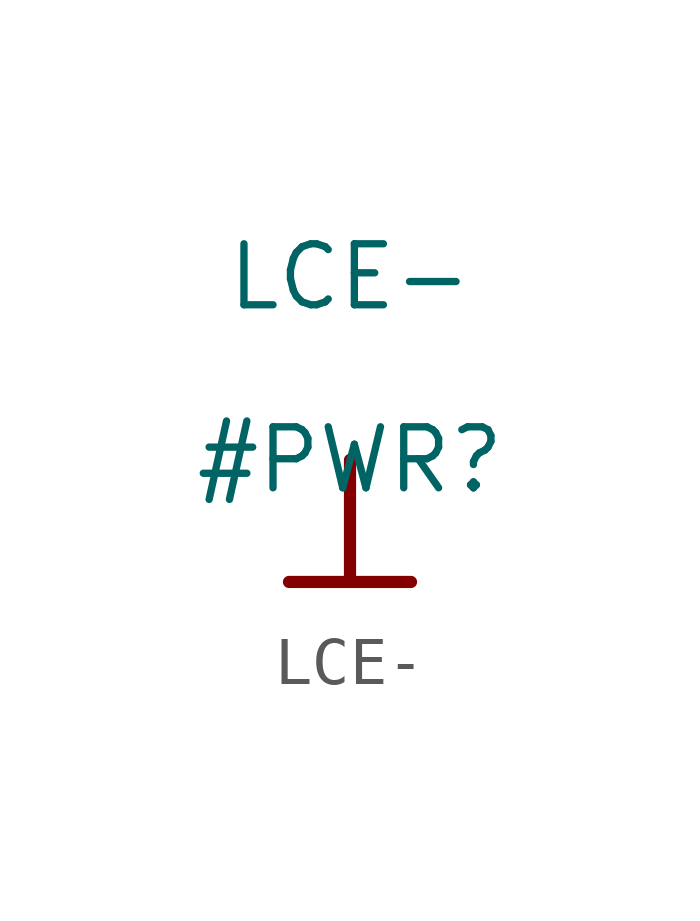
<source format=kicad_sym>
(kicad_symbol_lib
  (version 20211014)
  (generator kicad_symbol_editor)
  (symbol "LCE-"
    (power)
    (property "Reference" "#PWR"
      (at 0 0 0)
      (effects (font (size 1.27 1.27))))
    (property "Value" "LCE-"
      (at 0 3.81 0)
      (effects (font (size 1.27 1.27))))
    (symbol "LCE-_0_0"
      (polyline (pts (xy -1.27 -2.54) (xy 1.27 -2.54)) (stroke (width 0.254) (type default) (color 0 0 0 0)) (fill (type none)))
      (polyline (pts (xy 0 0) (xy 0 -2.54)) (stroke (width 0.254) (type default) (color 0 0 0 0)) (fill (type none)))
      (pin power_in line (at 0 0 0) (length 0) hide (name "LCE-" (effects (font (size 1.27 1.27)))) (number "" (effects (font (size 1.27 1.27))))))))
</source>
